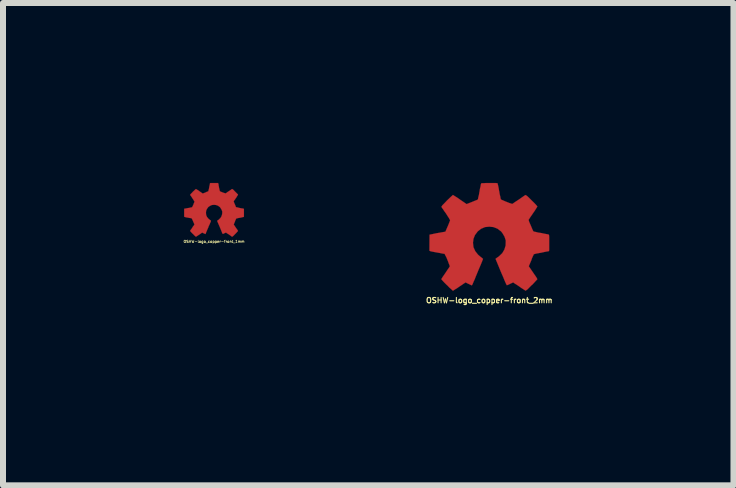
<source format=kicad_pcb>
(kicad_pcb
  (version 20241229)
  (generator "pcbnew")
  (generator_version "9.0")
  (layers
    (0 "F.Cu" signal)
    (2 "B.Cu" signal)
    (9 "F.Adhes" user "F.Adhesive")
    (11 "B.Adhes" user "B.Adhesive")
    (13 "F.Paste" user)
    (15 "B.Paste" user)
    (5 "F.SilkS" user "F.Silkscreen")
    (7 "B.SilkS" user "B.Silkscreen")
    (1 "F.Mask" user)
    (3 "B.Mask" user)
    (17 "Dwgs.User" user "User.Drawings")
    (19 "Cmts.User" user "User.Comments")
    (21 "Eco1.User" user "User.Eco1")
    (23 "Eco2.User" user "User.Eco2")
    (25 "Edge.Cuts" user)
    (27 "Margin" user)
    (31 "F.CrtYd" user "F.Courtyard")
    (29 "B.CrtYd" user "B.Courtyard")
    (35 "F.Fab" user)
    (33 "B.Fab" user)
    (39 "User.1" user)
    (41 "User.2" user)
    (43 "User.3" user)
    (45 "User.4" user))
  (footprint "OSHW-logo_copper-front_1mm"
    (layer "F.Cu")
    (at 0.518 0.448)
    (property "Reference" "OSHW-logo_copper-front_1mm" (at 0 0.528 0) (layer "F.SilkS") (effects (font (size 0.043 0.043) (thickness 0.008))))
    (attr through_hole)
    (fp_poly (pts (xy -0.302 0.447) (xy -0.297 0.445) (xy -0.284 0.437) (xy -0.269 0.427) (xy -0.249 0.414) (xy -0.229 0.401) (xy -0.213 0.389) (xy -0.201 0.381) (xy -0.196 0.378) (xy -0.193 0.381) (xy -0.185 0.386) (xy -0.17 0.391) (xy -0.163 0.396) (xy -0.15 0.401) (xy -0.145 0.404) (xy -0.142 0.401) (xy -0.137 0.391) (xy -0.132 0.376) (xy -0.122 0.353) (xy -0.112 0.328) (xy -0.099 0.3) (xy -0.089 0.272) (xy -0.076 0.246) (xy -0.066 0.221) (xy -0.058 0.203) (xy -0.053 0.188) (xy -0.051 0.183) (xy -0.053 0.183) (xy -0.058 0.175) (xy -0.069 0.168) (xy -0.094 0.147) (xy -0.117 0.119) (xy -0.132 0.086) (xy -0.135 0.048) (xy -0.132 0.015) (xy -0.119 -0.015) (xy -0.097 -0.046) (xy -0.069 -0.066) (xy -0.036 -0.081) (xy 0 -0.084) (xy 0.033 -0.081) (xy 0.066 -0.069) (xy 0.097 -0.046) (xy 0.109 -0.03) (xy 0.127 0) (xy 0.137 0.028) (xy 0.137 0.036) (xy 0.135 0.071) (xy 0.124 0.107) (xy 0.107 0.135) (xy 0.081 0.16) (xy 0.079 0.163) (xy 0.066 0.173) (xy 0.058 0.178) (xy 0.051 0.183) (xy 0.097 0.29) (xy 0.104 0.307) (xy 0.117 0.338) (xy 0.127 0.363) (xy 0.135 0.384) (xy 0.142 0.396) (xy 0.145 0.401) (xy 0.147 0.401) (xy 0.155 0.399) (xy 0.17 0.391) (xy 0.18 0.386) (xy 0.193 0.381) (xy 0.198 0.378) (xy 0.203 0.381) (xy 0.213 0.389) (xy 0.229 0.399) (xy 0.249 0.411) (xy 0.267 0.424) (xy 0.284 0.437) (xy 0.295 0.445) (xy 0.302 0.447) (xy 0.307 0.445) (xy 0.318 0.437) (xy 0.333 0.422) (xy 0.353 0.401) (xy 0.356 0.399) (xy 0.373 0.381) (xy 0.386 0.366) (xy 0.396 0.356) (xy 0.399 0.353) (xy 0.396 0.345) (xy 0.389 0.333) (xy 0.378 0.318) (xy 0.363 0.297) (xy 0.328 0.244) (xy 0.348 0.196) (xy 0.353 0.18) (xy 0.361 0.163) (xy 0.368 0.15) (xy 0.371 0.145) (xy 0.376 0.142) (xy 0.389 0.14) (xy 0.409 0.135) (xy 0.432 0.132) (xy 0.455 0.127) (xy 0.472 0.122) (xy 0.488 0.119) (xy 0.495 0.119) (xy 0.495 0.117) (xy 0.498 0.114) (xy 0.498 0.109) (xy 0.498 0.097) (xy 0.498 0.076) (xy 0.498 0.048) (xy 0.498 0.046) (xy 0.498 0.02) (xy 0.498 0) (xy 0.498 -0.013) (xy 0.495 -0.018) (xy 0.49 -0.02) (xy 0.475 -0.023) (xy 0.457 -0.025) (xy 0.432 -0.03) (xy 0.406 -0.036) (xy 0.389 -0.041) (xy 0.373 -0.043) (xy 0.368 -0.046) (xy 0.366 -0.046) (xy 0.361 -0.056) (xy 0.356 -0.071) (xy 0.348 -0.089) (xy 0.34 -0.107) (xy 0.333 -0.124) (xy 0.328 -0.135) (xy 0.328 -0.142) (xy 0.33 -0.147) (xy 0.338 -0.16) (xy 0.351 -0.175) (xy 0.363 -0.196) (xy 0.366 -0.198) (xy 0.378 -0.218) (xy 0.389 -0.236) (xy 0.396 -0.246) (xy 0.399 -0.251) (xy 0.399 -0.254) (xy 0.396 -0.259) (xy 0.386 -0.269) (xy 0.371 -0.284) (xy 0.353 -0.302) (xy 0.348 -0.307) (xy 0.328 -0.328) (xy 0.315 -0.34) (xy 0.305 -0.345) (xy 0.302 -0.348) (xy 0.295 -0.345) (xy 0.282 -0.335) (xy 0.267 -0.325) (xy 0.246 -0.31) (xy 0.244 -0.31) (xy 0.224 -0.297) (xy 0.208 -0.284) (xy 0.196 -0.277) (xy 0.191 -0.274) (xy 0.183 -0.277) (xy 0.168 -0.282) (xy 0.15 -0.287) (xy 0.132 -0.295) (xy 0.114 -0.302) (xy 0.102 -0.307) (xy 0.097 -0.312) (xy 0.094 -0.32) (xy 0.091 -0.335) (xy 0.086 -0.356) (xy 0.081 -0.378) (xy 0.081 -0.384) (xy 0.076 -0.406) (xy 0.074 -0.427) (xy 0.069 -0.439) (xy 0.069 -0.447) (xy 0.066 -0.447) (xy 0.053 -0.447) (xy 0.036 -0.447) (xy 0.013 -0.447) (xy -0.008 -0.447) (xy -0.028 -0.447) (xy -0.048 -0.447) (xy -0.061 -0.447) (xy -0.066 -0.445) (xy -0.069 -0.437) (xy -0.071 -0.422) (xy -0.076 -0.401) (xy -0.081 -0.376) (xy -0.081 -0.373) (xy -0.086 -0.348) (xy -0.091 -0.33) (xy -0.094 -0.315) (xy -0.094 -0.31) (xy -0.097 -0.31) (xy -0.107 -0.305) (xy -0.122 -0.3) (xy -0.142 -0.29) (xy -0.188 -0.272) (xy -0.244 -0.31) (xy -0.249 -0.315) (xy -0.269 -0.328) (xy -0.287 -0.338) (xy -0.297 -0.345) (xy -0.302 -0.348) (xy -0.307 -0.343) (xy -0.32 -0.333) (xy -0.335 -0.318) (xy -0.353 -0.302) (xy -0.366 -0.287) (xy -0.381 -0.272) (xy -0.391 -0.262) (xy -0.396 -0.254) (xy -0.399 -0.251) (xy -0.396 -0.249) (xy -0.394 -0.241) (xy -0.386 -0.231) (xy -0.373 -0.213) (xy -0.361 -0.193) (xy -0.348 -0.175) (xy -0.338 -0.157) (xy -0.33 -0.145) (xy -0.325 -0.137) (xy -0.328 -0.135) (xy -0.33 -0.124) (xy -0.338 -0.107) (xy -0.345 -0.086) (xy -0.366 -0.043) (xy -0.394 -0.038) (xy -0.411 -0.033) (xy -0.437 -0.03) (xy -0.46 -0.025) (xy -0.498 -0.018) (xy -0.498 0.114) (xy -0.493 0.117) (xy -0.488 0.119) (xy -0.475 0.122) (xy -0.455 0.127) (xy -0.432 0.13) (xy -0.411 0.135) (xy -0.391 0.137) (xy -0.378 0.14) (xy -0.371 0.142) (xy -0.371 0.145) (xy -0.366 0.155) (xy -0.358 0.17) (xy -0.351 0.188) (xy -0.343 0.206) (xy -0.335 0.224) (xy -0.33 0.236) (xy -0.328 0.244) (xy -0.33 0.249) (xy -0.338 0.262) (xy -0.351 0.277) (xy -0.363 0.297) (xy -0.376 0.318) (xy -0.389 0.333) (xy -0.396 0.345) (xy -0.399 0.351) (xy -0.396 0.356) (xy -0.389 0.363) (xy -0.376 0.378) (xy -0.353 0.401) (xy -0.348 0.404) (xy -0.333 0.422) (xy -0.318 0.434) (xy -0.307 0.445) (xy -0.302 0.447)) (stroke (width 0.003) (type solid)) (fill yes) (layer "F.Cu")))
  (footprint "OSHW-logo_copper-front_2mm"
    (layer "F.Cu")
    (at 5.106 0.898)
    (property "Reference" "OSHW-logo_copper-front_2mm" (at 0 1.059 0) (layer "F.SilkS") (effects (font (size 0.089 0.089) (thickness 0.018))))
    (attr through_hole)
    (fp_poly (pts (xy -0.605 0.897) (xy -0.594 0.892) (xy -0.572 0.876) (xy -0.538 0.856) (xy -0.498 0.828) (xy -0.46 0.803) (xy -0.427 0.78) (xy -0.404 0.765) (xy -0.394 0.759) (xy -0.389 0.762) (xy -0.371 0.772) (xy -0.343 0.785) (xy -0.328 0.792) (xy -0.302 0.805) (xy -0.29 0.808) (xy -0.287 0.803) (xy -0.277 0.785) (xy -0.264 0.752) (xy -0.244 0.709) (xy -0.224 0.658) (xy -0.201 0.602) (xy -0.178 0.546) (xy -0.155 0.493) (xy -0.135 0.445) (xy -0.119 0.406) (xy -0.109 0.378) (xy -0.104 0.368) (xy -0.107 0.366) (xy -0.119 0.353) (xy -0.14 0.338) (xy -0.188 0.297) (xy -0.234 0.239) (xy -0.264 0.173) (xy -0.272 0.099) (xy -0.264 0.033) (xy -0.239 -0.03) (xy -0.193 -0.091) (xy -0.137 -0.135) (xy -0.071 -0.163) (xy 0 -0.17) (xy 0.069 -0.163) (xy 0.135 -0.137) (xy 0.196 -0.091) (xy 0.218 -0.064) (xy 0.254 -0.003) (xy 0.274 0.058) (xy 0.274 0.074) (xy 0.272 0.145) (xy 0.251 0.213) (xy 0.216 0.272) (xy 0.163 0.323) (xy 0.157 0.328) (xy 0.132 0.345) (xy 0.117 0.356) (xy 0.104 0.366) (xy 0.193 0.582) (xy 0.208 0.617) (xy 0.234 0.676) (xy 0.254 0.726) (xy 0.272 0.767) (xy 0.284 0.792) (xy 0.29 0.805) (xy 0.297 0.805) (xy 0.312 0.8) (xy 0.343 0.785) (xy 0.363 0.775) (xy 0.386 0.765) (xy 0.396 0.759) (xy 0.406 0.765) (xy 0.427 0.78) (xy 0.46 0.8) (xy 0.498 0.826) (xy 0.533 0.851) (xy 0.569 0.874) (xy 0.592 0.889) (xy 0.605 0.897) (xy 0.607 0.897) (xy 0.617 0.889) (xy 0.638 0.874) (xy 0.665 0.846) (xy 0.706 0.805) (xy 0.714 0.8) (xy 0.747 0.765) (xy 0.775 0.734) (xy 0.795 0.714) (xy 0.8 0.706) (xy 0.795 0.693) (xy 0.78 0.668) (xy 0.757 0.635) (xy 0.729 0.594) (xy 0.658 0.49) (xy 0.699 0.394) (xy 0.709 0.363) (xy 0.724 0.328) (xy 0.737 0.302) (xy 0.742 0.29) (xy 0.752 0.287) (xy 0.78 0.279) (xy 0.818 0.272) (xy 0.864 0.264) (xy 0.909 0.254) (xy 0.947 0.246) (xy 0.978 0.241) (xy 0.991 0.239) (xy 0.993 0.236) (xy 0.996 0.231) (xy 0.998 0.218) (xy 0.998 0.193) (xy 0.998 0.155) (xy 0.998 0.099) (xy 0.998 0.094) (xy 0.998 0.041) (xy 0.998 0) (xy 0.996 -0.025) (xy 0.993 -0.036) (xy 0.98 -0.041) (xy 0.953 -0.046) (xy 0.914 -0.053) (xy 0.866 -0.064) (xy 0.864 -0.064) (xy 0.815 -0.071) (xy 0.777 -0.081) (xy 0.749 -0.086) (xy 0.737 -0.091) (xy 0.734 -0.094) (xy 0.724 -0.112) (xy 0.711 -0.142) (xy 0.696 -0.178) (xy 0.681 -0.213) (xy 0.665 -0.249) (xy 0.658 -0.272) (xy 0.655 -0.284) (xy 0.663 -0.295) (xy 0.678 -0.32) (xy 0.701 -0.353) (xy 0.729 -0.394) (xy 0.732 -0.399) (xy 0.759 -0.437) (xy 0.78 -0.472) (xy 0.795 -0.495) (xy 0.8 -0.505) (xy 0.8 -0.508) (xy 0.792 -0.518) (xy 0.772 -0.541) (xy 0.742 -0.572) (xy 0.706 -0.607) (xy 0.696 -0.617) (xy 0.658 -0.655) (xy 0.63 -0.681) (xy 0.612 -0.693) (xy 0.605 -0.699) (xy 0.605 -0.696) (xy 0.592 -0.691) (xy 0.566 -0.673) (xy 0.533 -0.65) (xy 0.493 -0.622) (xy 0.49 -0.62) (xy 0.45 -0.594) (xy 0.417 -0.572) (xy 0.394 -0.556) (xy 0.384 -0.549) (xy 0.381 -0.549) (xy 0.366 -0.554) (xy 0.335 -0.564) (xy 0.302 -0.577) (xy 0.264 -0.592) (xy 0.231 -0.607) (xy 0.206 -0.617) (xy 0.193 -0.625) (xy 0.188 -0.64) (xy 0.183 -0.671) (xy 0.173 -0.711) (xy 0.165 -0.759) (xy 0.163 -0.767) (xy 0.155 -0.815) (xy 0.147 -0.853) (xy 0.14 -0.881) (xy 0.137 -0.894) (xy 0.132 -0.894) (xy 0.107 -0.897) (xy 0.071 -0.897) (xy 0.028 -0.897) (xy -0.015 -0.897) (xy -0.058 -0.897) (xy -0.097 -0.894) (xy -0.122 -0.894) (xy -0.135 -0.892) (xy -0.135 -0.889) (xy -0.14 -0.876) (xy -0.145 -0.846) (xy -0.155 -0.805) (xy -0.163 -0.754) (xy -0.165 -0.747) (xy -0.173 -0.699) (xy -0.183 -0.66) (xy -0.188 -0.632) (xy -0.191 -0.622) (xy -0.196 -0.62) (xy -0.213 -0.612) (xy -0.246 -0.599) (xy -0.287 -0.582) (xy -0.378 -0.546) (xy -0.49 -0.622) (xy -0.5 -0.63) (xy -0.541 -0.658) (xy -0.574 -0.678) (xy -0.597 -0.693) (xy -0.607 -0.699) (xy -0.617 -0.688) (xy -0.64 -0.668) (xy -0.671 -0.638) (xy -0.706 -0.605) (xy -0.732 -0.577) (xy -0.762 -0.546) (xy -0.782 -0.526) (xy -0.792 -0.511) (xy -0.798 -0.503) (xy -0.795 -0.498) (xy -0.79 -0.485) (xy -0.772 -0.462) (xy -0.749 -0.427) (xy -0.721 -0.389) (xy -0.699 -0.353) (xy -0.676 -0.318) (xy -0.66 -0.29) (xy -0.653 -0.277) (xy -0.655 -0.272) (xy -0.663 -0.249) (xy -0.676 -0.216) (xy -0.693 -0.175) (xy -0.732 -0.086) (xy -0.79 -0.076) (xy -0.826 -0.069) (xy -0.876 -0.061) (xy -0.922 -0.051) (xy -0.996 -0.036) (xy -0.998 0.231) (xy -0.988 0.236) (xy -0.975 0.241) (xy -0.95 0.246) (xy -0.909 0.254) (xy -0.864 0.262) (xy -0.826 0.269) (xy -0.785 0.277) (xy -0.757 0.282) (xy -0.744 0.284) (xy -0.742 0.29) (xy -0.732 0.31) (xy -0.716 0.34) (xy -0.701 0.376) (xy -0.686 0.414) (xy -0.673 0.45) (xy -0.663 0.475) (xy -0.658 0.49) (xy -0.663 0.5) (xy -0.678 0.523) (xy -0.701 0.556) (xy -0.726 0.594) (xy -0.754 0.635) (xy -0.777 0.668) (xy -0.792 0.693) (xy -0.8 0.704) (xy -0.795 0.711) (xy -0.78 0.729) (xy -0.752 0.759) (xy -0.706 0.805) (xy -0.699 0.81) (xy -0.665 0.846) (xy -0.635 0.871) (xy -0.615 0.892) (xy -0.605 0.897)) (stroke (width 0.003) (type solid)) (fill yes) (layer "F.Cu")))
  (gr_rect
    (start -3 -3)
    (end 9.176 5.04)
    (stroke (width 0.1) (type default))
    (fill no)
    (layer "Edge.Cuts")))
</source>
